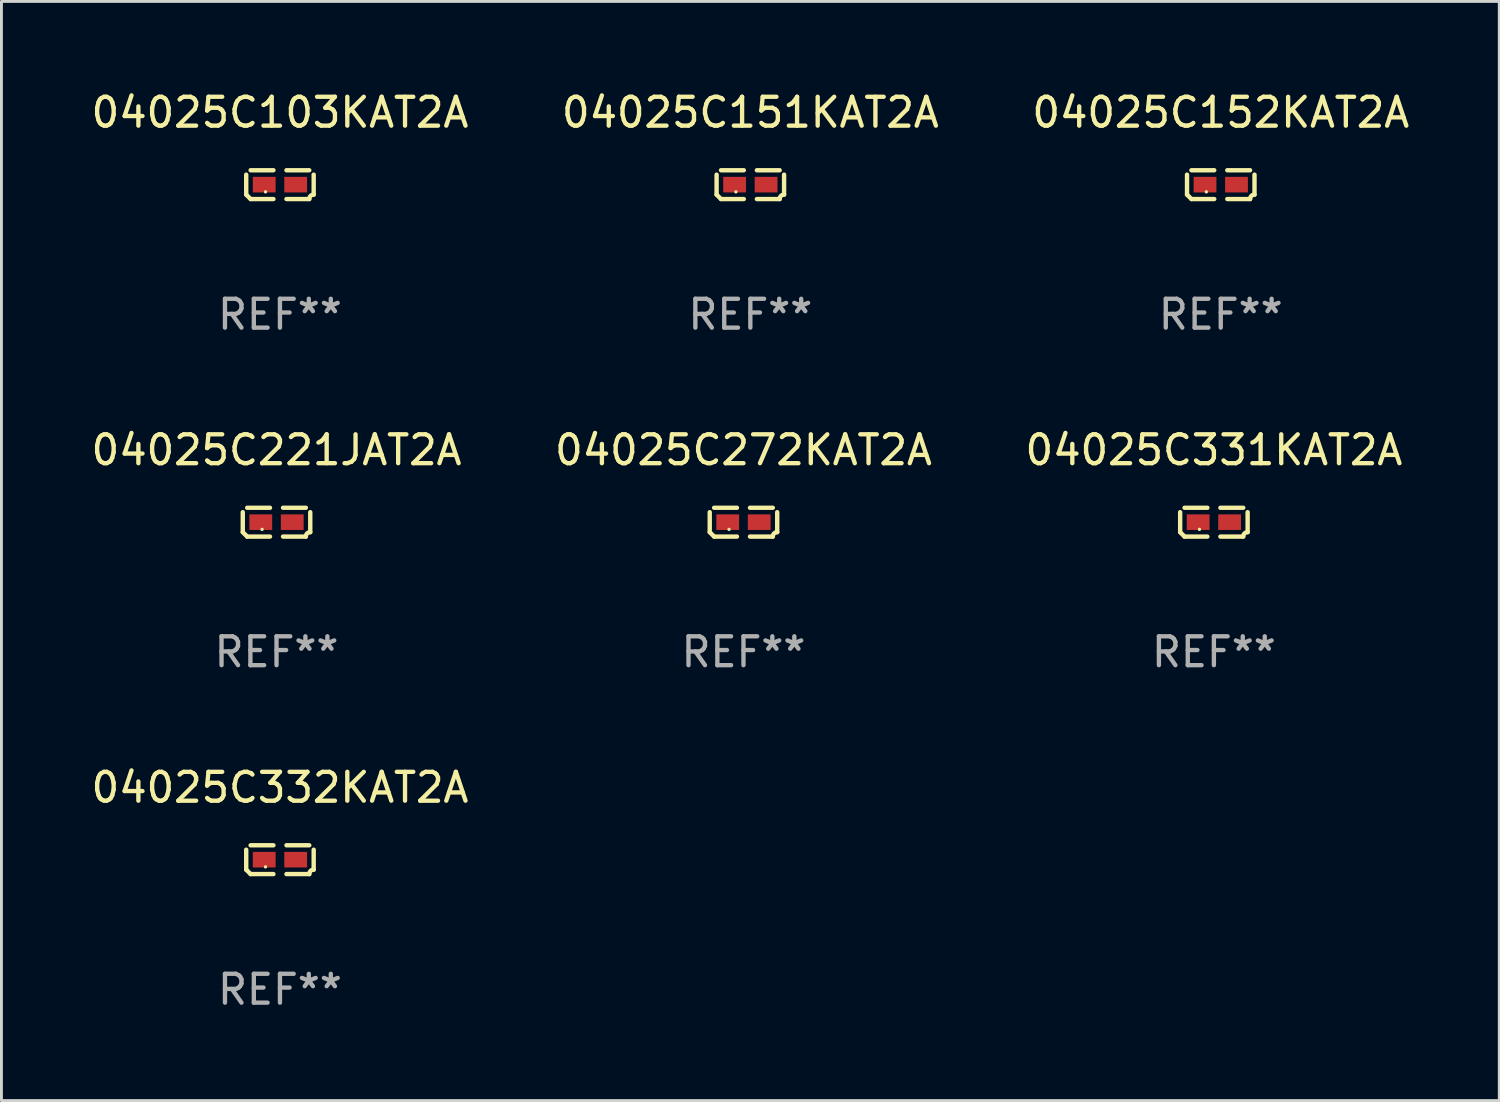
<source format=kicad_pcb>
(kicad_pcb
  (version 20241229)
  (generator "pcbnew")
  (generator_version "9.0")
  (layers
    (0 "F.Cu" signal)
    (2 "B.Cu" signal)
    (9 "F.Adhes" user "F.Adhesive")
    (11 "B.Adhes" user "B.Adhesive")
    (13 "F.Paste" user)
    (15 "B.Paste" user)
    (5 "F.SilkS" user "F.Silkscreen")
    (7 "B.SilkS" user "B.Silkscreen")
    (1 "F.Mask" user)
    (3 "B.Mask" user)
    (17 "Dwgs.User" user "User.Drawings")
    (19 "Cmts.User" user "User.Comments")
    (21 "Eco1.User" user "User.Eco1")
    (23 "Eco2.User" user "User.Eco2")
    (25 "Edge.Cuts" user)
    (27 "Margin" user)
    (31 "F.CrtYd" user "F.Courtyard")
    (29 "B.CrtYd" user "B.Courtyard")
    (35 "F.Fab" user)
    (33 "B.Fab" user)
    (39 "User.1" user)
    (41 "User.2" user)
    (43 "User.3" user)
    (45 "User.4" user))
  (footprint "04025C332KAT2A"
    (layer "F.Cu")
    (at 6.649 26.734)
    (property "Reference" "04025C332KAT2A" (at 0 -2.499 0) (layer "F.SilkS") (effects (font (size 1 1) (thickness 0.15))))
    (attr through_hole)
    (fp_line (start -1.169 0.346) (end -1.169 -0.346) (stroke (width 0.152) (type solid)) (layer "F.SilkS"))
    (fp_line (start -1.016 -0.499) (end -0.226 -0.499) (stroke (width 0.152) (type solid)) (layer "F.SilkS"))
    (fp_line (start -0.226 0.499) (end -1.016 0.499) (stroke (width 0.152) (type solid)) (layer "F.SilkS"))
    (fp_line (start 0.226 0.499) (end 1.016 0.499) (stroke (width 0.152) (type solid)) (layer "F.SilkS"))
    (fp_line (start 1.016 -0.499) (end 0.226 -0.499) (stroke (width 0.152) (type solid)) (layer "F.SilkS"))
    (fp_line (start 1.169 0.346) (end 1.169 -0.346) (stroke (width 0.152) (type solid)) (layer "F.SilkS"))
    (fp_arc (start -1.016307 0.498603) (mid -1.092512 0.422405) (end -1.16871 0.3462) (stroke (width 0.1524) (type solid)) (layer "F.SilkS"))
    (fp_arc (start 1.016307 0.498603) (mid 1.060899 0.390758) (end 1.168707 0.346076) (stroke (width 0.1524) (type solid)) (layer "F.SilkS"))
    (fp_circle (center -0.5 0.25) (end -0.47 0.25) (stroke (width 0.06) (type solid)) (fill no) (layer "F.SilkS"))
    (fp_text user "REF**" (at 0 4.499 0) (layer "F.Fab") (effects (font (size 1 1) (thickness 0.15))))
    (pad "1" smd rect (at -0.545 0) (size 0.79 0.54) (layers "F.Cu" "F.Mask" "F.Paste"))
    (pad "2" smd rect (at 0.545 0) (size 0.79 0.54) (layers "F.Cu" "F.Mask" "F.Paste")))
  (footprint "04025C272KAT2A"
    (layer "F.Cu")
    (at 22.708 15.041)
    (property "Reference" "04025C272KAT2A" (at 0 -2.499 0) (layer "F.SilkS") (effects (font (size 1 1) (thickness 0.15))))
    (attr through_hole)
    (fp_line (start -1.169 0.346) (end -1.169 -0.346) (stroke (width 0.152) (type solid)) (layer "F.SilkS"))
    (fp_line (start -1.016 -0.499) (end -0.226 -0.499) (stroke (width 0.152) (type solid)) (layer "F.SilkS"))
    (fp_line (start -0.226 0.499) (end -1.016 0.499) (stroke (width 0.152) (type solid)) (layer "F.SilkS"))
    (fp_line (start 0.226 0.499) (end 1.016 0.499) (stroke (width 0.152) (type solid)) (layer "F.SilkS"))
    (fp_line (start 1.016 -0.499) (end 0.226 -0.499) (stroke (width 0.152) (type solid)) (layer "F.SilkS"))
    (fp_line (start 1.169 0.346) (end 1.169 -0.346) (stroke (width 0.152) (type solid)) (layer "F.SilkS"))
    (fp_arc (start -1.016307 0.498603) (mid -1.092512 0.422405) (end -1.16871 0.3462) (stroke (width 0.1524) (type solid)) (layer "F.SilkS"))
    (fp_arc (start 1.016307 0.498603) (mid 1.060899 0.390758) (end 1.168707 0.346076) (stroke (width 0.1524) (type solid)) (layer "F.SilkS"))
    (fp_circle (center -0.5 0.25) (end -0.47 0.25) (stroke (width 0.06) (type solid)) (fill no) (layer "F.SilkS"))
    (fp_text user "REF**" (at 0 4.499 0) (layer "F.Fab") (effects (font (size 1 1) (thickness 0.15))))
    (pad "1" smd rect (at -0.545 0) (size 0.79 0.54) (layers "F.Cu" "F.Mask" "F.Paste"))
    (pad "2" smd rect (at 0.545 0) (size 0.79 0.54) (layers "F.Cu" "F.Mask" "F.Paste")))
  (footprint "04025C103KAT2A"
    (layer "F.Cu")
    (at 6.649 3.347)
    (property "Reference" "04025C103KAT2A" (at 0 -2.499 0) (layer "F.SilkS") (effects (font (size 1 1) (thickness 0.15))))
    (attr through_hole)
    (fp_line (start -1.169 0.346) (end -1.169 -0.346) (stroke (width 0.152) (type solid)) (layer "F.SilkS"))
    (fp_line (start -1.016 -0.499) (end -0.226 -0.499) (stroke (width 0.152) (type solid)) (layer "F.SilkS"))
    (fp_line (start -0.226 0.499) (end -1.016 0.499) (stroke (width 0.152) (type solid)) (layer "F.SilkS"))
    (fp_line (start 0.226 0.499) (end 1.016 0.499) (stroke (width 0.152) (type solid)) (layer "F.SilkS"))
    (fp_line (start 1.016 -0.499) (end 0.226 -0.499) (stroke (width 0.152) (type solid)) (layer "F.SilkS"))
    (fp_line (start 1.169 0.346) (end 1.169 -0.346) (stroke (width 0.152) (type solid)) (layer "F.SilkS"))
    (fp_arc (start -1.016307 0.498603) (mid -1.092512 0.422405) (end -1.16871 0.3462) (stroke (width 0.1524) (type solid)) (layer "F.SilkS"))
    (fp_arc (start 1.016307 0.498603) (mid 1.060899 0.390758) (end 1.168707 0.346076) (stroke (width 0.1524) (type solid)) (layer "F.SilkS"))
    (fp_circle (center -0.5 0.25) (end -0.47 0.25) (stroke (width 0.06) (type solid)) (fill no) (layer "F.SilkS"))
    (fp_text user "REF**" (at 0 4.499 0) (layer "F.Fab") (effects (font (size 1 1) (thickness 0.15))))
    (pad "1" smd rect (at -0.545 0) (size 0.79 0.54) (layers "F.Cu" "F.Mask" "F.Paste"))
    (pad "2" smd rect (at 0.545 0) (size 0.79 0.54) (layers "F.Cu" "F.Mask" "F.Paste")))
  (footprint "04025C221JAT2A"
    (layer "F.Cu")
    (at 6.53 15.041)
    (property "Reference" "04025C221JAT2A" (at 0 -2.499 0) (layer "F.SilkS") (effects (font (size 1 1) (thickness 0.15))))
    (attr through_hole)
    (fp_line (start -1.169 0.346) (end -1.169 -0.346) (stroke (width 0.152) (type solid)) (layer "F.SilkS"))
    (fp_line (start -1.016 -0.499) (end -0.226 -0.499) (stroke (width 0.152) (type solid)) (layer "F.SilkS"))
    (fp_line (start -0.226 0.499) (end -1.016 0.499) (stroke (width 0.152) (type solid)) (layer "F.SilkS"))
    (fp_line (start 0.226 0.499) (end 1.016 0.499) (stroke (width 0.152) (type solid)) (layer "F.SilkS"))
    (fp_line (start 1.016 -0.499) (end 0.226 -0.499) (stroke (width 0.152) (type solid)) (layer "F.SilkS"))
    (fp_line (start 1.169 0.346) (end 1.169 -0.346) (stroke (width 0.152) (type solid)) (layer "F.SilkS"))
    (fp_arc (start -1.016307 0.498603) (mid -1.092512 0.422405) (end -1.16871 0.3462) (stroke (width 0.1524) (type solid)) (layer "F.SilkS"))
    (fp_arc (start 1.016307 0.498603) (mid 1.060899 0.390758) (end 1.168707 0.346076) (stroke (width 0.1524) (type solid)) (layer "F.SilkS"))
    (fp_circle (center -0.5 0.25) (end -0.47 0.25) (stroke (width 0.06) (type solid)) (fill no) (layer "F.SilkS"))
    (fp_text user "REF**" (at 0 4.499 0) (layer "F.Fab") (effects (font (size 1 1) (thickness 0.15))))
    (pad "1" smd rect (at -0.545 0) (size 0.79 0.54) (layers "F.Cu" "F.Mask" "F.Paste"))
    (pad "2" smd rect (at 0.545 0) (size 0.79 0.54) (layers "F.Cu" "F.Mask" "F.Paste")))
  (footprint "04025C331KAT2A"
    (layer "F.Cu")
    (at 39.006 15.041)
    (property "Reference" "04025C331KAT2A" (at 0 -2.499 0) (layer "F.SilkS") (effects (font (size 1 1) (thickness 0.15))))
    (attr through_hole)
    (fp_line (start -1.169 0.346) (end -1.169 -0.346) (stroke (width 0.152) (type solid)) (layer "F.SilkS"))
    (fp_line (start -1.016 -0.499) (end -0.226 -0.499) (stroke (width 0.152) (type solid)) (layer "F.SilkS"))
    (fp_line (start -0.226 0.499) (end -1.016 0.499) (stroke (width 0.152) (type solid)) (layer "F.SilkS"))
    (fp_line (start 0.226 0.499) (end 1.016 0.499) (stroke (width 0.152) (type solid)) (layer "F.SilkS"))
    (fp_line (start 1.016 -0.499) (end 0.226 -0.499) (stroke (width 0.152) (type solid)) (layer "F.SilkS"))
    (fp_line (start 1.169 0.346) (end 1.169 -0.346) (stroke (width 0.152) (type solid)) (layer "F.SilkS"))
    (fp_arc (start -1.016307 0.498603) (mid -1.092512 0.422405) (end -1.16871 0.3462) (stroke (width 0.1524) (type solid)) (layer "F.SilkS"))
    (fp_arc (start 1.016307 0.498603) (mid 1.060899 0.390758) (end 1.168707 0.346076) (stroke (width 0.1524) (type solid)) (layer "F.SilkS"))
    (fp_circle (center -0.5 0.25) (end -0.47 0.25) (stroke (width 0.06) (type solid)) (fill no) (layer "F.SilkS"))
    (fp_text user "REF**" (at 0 4.499 0) (layer "F.Fab") (effects (font (size 1 1) (thickness 0.15))))
    (pad "1" smd rect (at -0.545 0) (size 0.79 0.54) (layers "F.Cu" "F.Mask" "F.Paste"))
    (pad "2" smd rect (at 0.545 0) (size 0.79 0.54) (layers "F.Cu" "F.Mask" "F.Paste")))
  (footprint "04025C152KAT2A"
    (layer "F.Cu")
    (at 39.244 3.347)
    (property "Reference" "04025C152KAT2A" (at 0 -2.499 0) (layer "F.SilkS") (effects (font (size 1 1) (thickness 0.15))))
    (attr through_hole)
    (fp_line (start -1.169 0.346) (end -1.169 -0.346) (stroke (width 0.152) (type solid)) (layer "F.SilkS"))
    (fp_line (start -1.016 -0.499) (end -0.226 -0.499) (stroke (width 0.152) (type solid)) (layer "F.SilkS"))
    (fp_line (start -0.226 0.499) (end -1.016 0.499) (stroke (width 0.152) (type solid)) (layer "F.SilkS"))
    (fp_line (start 0.226 0.499) (end 1.016 0.499) (stroke (width 0.152) (type solid)) (layer "F.SilkS"))
    (fp_line (start 1.016 -0.499) (end 0.226 -0.499) (stroke (width 0.152) (type solid)) (layer "F.SilkS"))
    (fp_line (start 1.169 0.346) (end 1.169 -0.346) (stroke (width 0.152) (type solid)) (layer "F.SilkS"))
    (fp_arc (start -1.016307 0.498603) (mid -1.092512 0.422405) (end -1.16871 0.3462) (stroke (width 0.1524) (type solid)) (layer "F.SilkS"))
    (fp_arc (start 1.016307 0.498603) (mid 1.060899 0.390758) (end 1.168707 0.346076) (stroke (width 0.1524) (type solid)) (layer "F.SilkS"))
    (fp_circle (center -0.5 0.25) (end -0.47 0.25) (stroke (width 0.06) (type solid)) (fill no) (layer "F.SilkS"))
    (fp_text user "REF**" (at 0 4.499 0) (layer "F.Fab") (effects (font (size 1 1) (thickness 0.15))))
    (pad "1" smd rect (at -0.545 0) (size 0.79 0.54) (layers "F.Cu" "F.Mask" "F.Paste"))
    (pad "2" smd rect (at 0.545 0) (size 0.79 0.54) (layers "F.Cu" "F.Mask" "F.Paste")))
  (footprint "04025C151KAT2A"
    (layer "F.Cu")
    (at 22.946 3.347)
    (property "Reference" "04025C151KAT2A" (at 0 -2.499 0) (layer "F.SilkS") (effects (font (size 1 1) (thickness 0.15))))
    (attr through_hole)
    (fp_line (start -1.169 0.346) (end -1.169 -0.346) (stroke (width 0.152) (type solid)) (layer "F.SilkS"))
    (fp_line (start -1.016 -0.499) (end -0.226 -0.499) (stroke (width 0.152) (type solid)) (layer "F.SilkS"))
    (fp_line (start -0.226 0.499) (end -1.016 0.499) (stroke (width 0.152) (type solid)) (layer "F.SilkS"))
    (fp_line (start 0.226 0.499) (end 1.016 0.499) (stroke (width 0.152) (type solid)) (layer "F.SilkS"))
    (fp_line (start 1.016 -0.499) (end 0.226 -0.499) (stroke (width 0.152) (type solid)) (layer "F.SilkS"))
    (fp_line (start 1.169 0.346) (end 1.169 -0.346) (stroke (width 0.152) (type solid)) (layer "F.SilkS"))
    (fp_arc (start -1.016307 0.498603) (mid -1.092512 0.422405) (end -1.16871 0.3462) (stroke (width 0.1524) (type solid)) (layer "F.SilkS"))
    (fp_arc (start 1.016307 0.498603) (mid 1.060899 0.390758) (end 1.168707 0.346076) (stroke (width 0.1524) (type solid)) (layer "F.SilkS"))
    (fp_circle (center -0.5 0.25) (end -0.47 0.25) (stroke (width 0.06) (type solid)) (fill no) (layer "F.SilkS"))
    (fp_text user "REF**" (at 0 4.499 0) (layer "F.Fab") (effects (font (size 1 1) (thickness 0.15))))
    (pad "1" smd rect (at -0.545 0) (size 0.79 0.54) (layers "F.Cu" "F.Mask" "F.Paste"))
    (pad "2" smd rect (at 0.545 0) (size 0.79 0.54) (layers "F.Cu" "F.Mask" "F.Paste")))
  (gr_rect
    (start -3 -3)
    (end 48.893 35.081)
    (stroke (width 0.1) (type default))
    (fill no)
    (layer "Edge.Cuts")))
</source>
